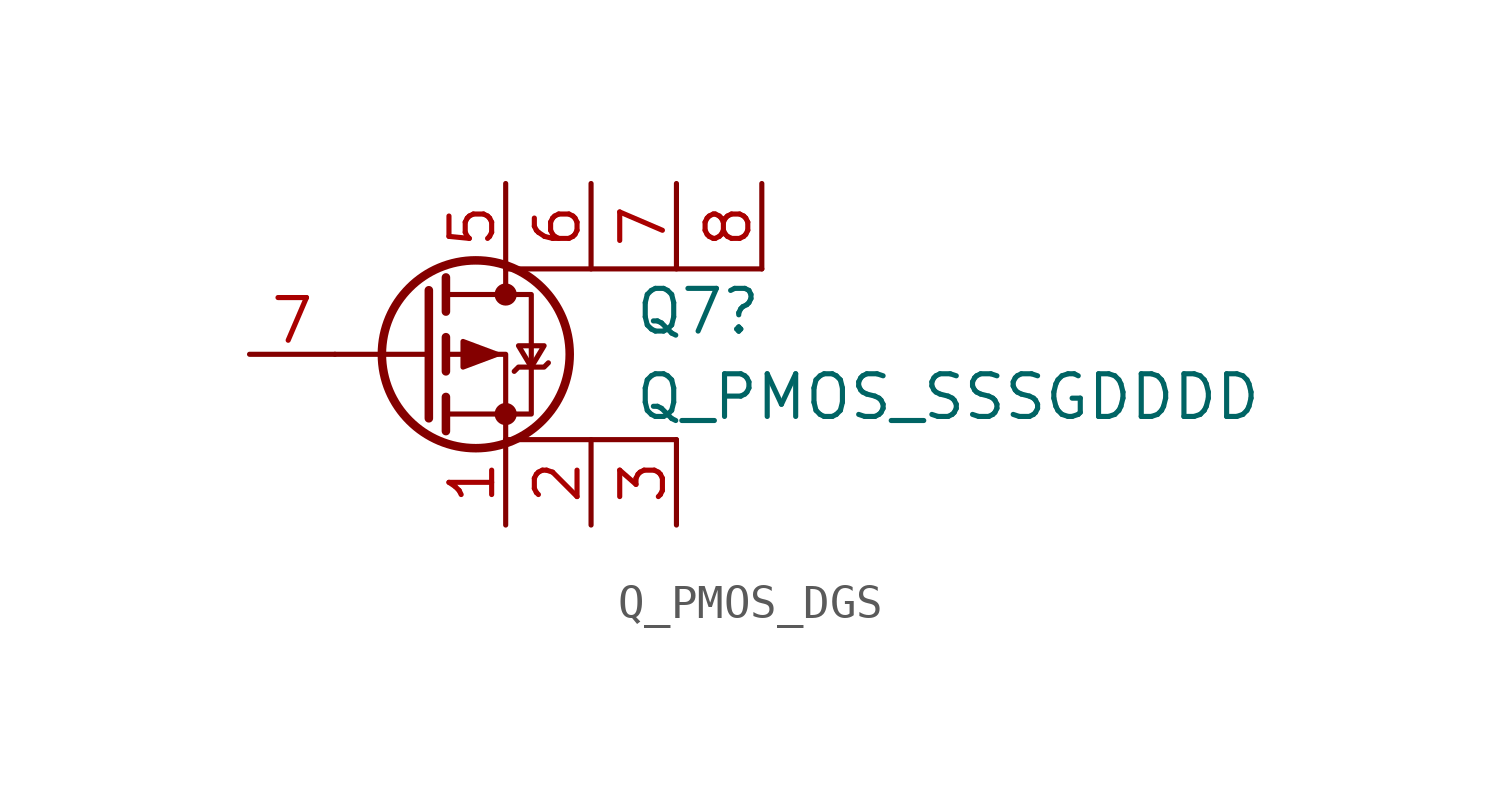
<source format=kicad_sym>
(kicad_symbol_lib
  (version 20231120)
  (generator "kicad_symbol_editor")
  (generator_version "8.0")
  (symbol "Q_PMOS_DGS"
    (pin_names
      (offset 0) hide)
    (property "Reference" "Q7"
      (at 6.35 1.27 0)
      (effects (font (size 1.27 1.27)) (justify left)))
    (property "Value" "Q_PMOS_SSSGDDDD"
      (at 6.35 -1.27 0)
      (effects (font (size 1.27 1.27)) (justify left)))
    (symbol "Q_PMOS_DGS_0_1"
      (polyline (pts (xy 0.254 0) (xy -2.54 0)) (stroke (width 0) (type default)) (fill (type none)))
      (polyline (pts (xy 0.254 1.905) (xy 0.254 -1.905)) (stroke (width 0.254) (type default)) (fill (type none)))
      (polyline (pts (xy 0.762 -1.27) (xy 0.762 -2.286)) (stroke (width 0.254) (type default)) (fill (type none)))
      (polyline (pts (xy 0.762 0.508) (xy 0.762 -0.508)) (stroke (width 0.254) (type default)) (fill (type none)))
      (polyline (pts (xy 0.762 2.286) (xy 0.762 1.27)) (stroke (width 0.254) (type default)) (fill (type none)))
      (polyline (pts (xy 2.54 2.54) (xy 2.54 1.778)) (stroke (width 0) (type default)) (fill (type none)))
      (polyline (pts (xy 7.62 -2.54) (xy 2.54 -2.54)) (stroke (width 0) (type default)) (fill (type none)))
      (polyline (pts (xy 10.16 2.54) (xy 2.54 2.54)) (stroke (width 0) (type default)) (fill (type none)))
      (polyline (pts (xy 2.54 -2.54) (xy 2.54 0) (xy 0.762 0)) (stroke (width 0) (type default)) (fill (type none)))
      (polyline (pts (xy 0.762 1.778) (xy 3.302 1.778) (xy 3.302 -1.778) (xy 0.762 -1.778)) (stroke (width 0) (type default)) (fill (type none)))
      (polyline (pts (xy 2.286 0) (xy 1.27 0.381) (xy 1.27 -0.381) (xy 2.286 0)) (stroke (width 0) (type default)) (fill (type outline)))
      (polyline (pts (xy 2.794 -0.508) (xy 2.921 -0.381) (xy 3.683 -0.381) (xy 3.81 -0.254)) (stroke (width 0) (type default)) (fill (type none)))
      (polyline (pts (xy 3.302 -0.381) (xy 2.921 0.254) (xy 3.683 0.254) (xy 3.302 -0.381)) (stroke (width 0) (type default)) (fill (type none)))
      (circle (center 1.651 0) (radius 2.794) (stroke (width 0.254) (type default)) (fill (type none)))
      (circle (center 2.54 -1.778) (radius 0.254) (stroke (width 0) (type default)) (fill (type outline)))
      (circle (center 2.54 1.778) (radius 0.254) (stroke (width 0) (type default)) (fill (type outline))))
    (symbol "Q_PMOS_DGS_1_1"
      (pin passive line (at 2.54 -5.08 90) (length 2.54) (name "S" (effects (font (size 1.27 1.27)))) (number "1" (effects (font (size 1.27 1.27)))))
      (pin passive line (at 5.08 -5.08 90) (length 2.54) (name "D" (effects (font (size 1.27 1.27)))) (number "2" (effects (font (size 1.27 1.27)))))
      (pin passive line (at 7.62 -5.08 90) (length 2.54) (name "D" (effects (font (size 1.27 1.27)))) (number "3" (effects (font (size 1.27 1.27)))))
      (pin passive line (at 2.54 5.08 270) (length 2.54) (name "D" (effects (font (size 1.27 1.27)))) (number "5" (effects (font (size 1.27 1.27)))))
      (pin passive line (at 5.08 5.08 270) (length 2.54) (name "D" (effects (font (size 1.27 1.27)))) (number "6" (effects (font (size 1.27 1.27)))))
      (pin passive line (at 7.62 5.08 270) (length 2.54) (name "D" (effects (font (size 1.27 1.27)))) (number "7" (effects (font (size 1.27 1.27)))))
      (pin input line (at -5.08 0 0) (length 2.54) (name "G" (effects (font (size 1.27 1.27)))) (number "7" (effects (font (size 1.27 1.27)))))
      (pin passive line (at 10.16 5.08 270) (length 2.54) (name "D" (effects (font (size 1.27 1.27)))) (number "8" (effects (font (size 1.27 1.27))))))))
</source>
